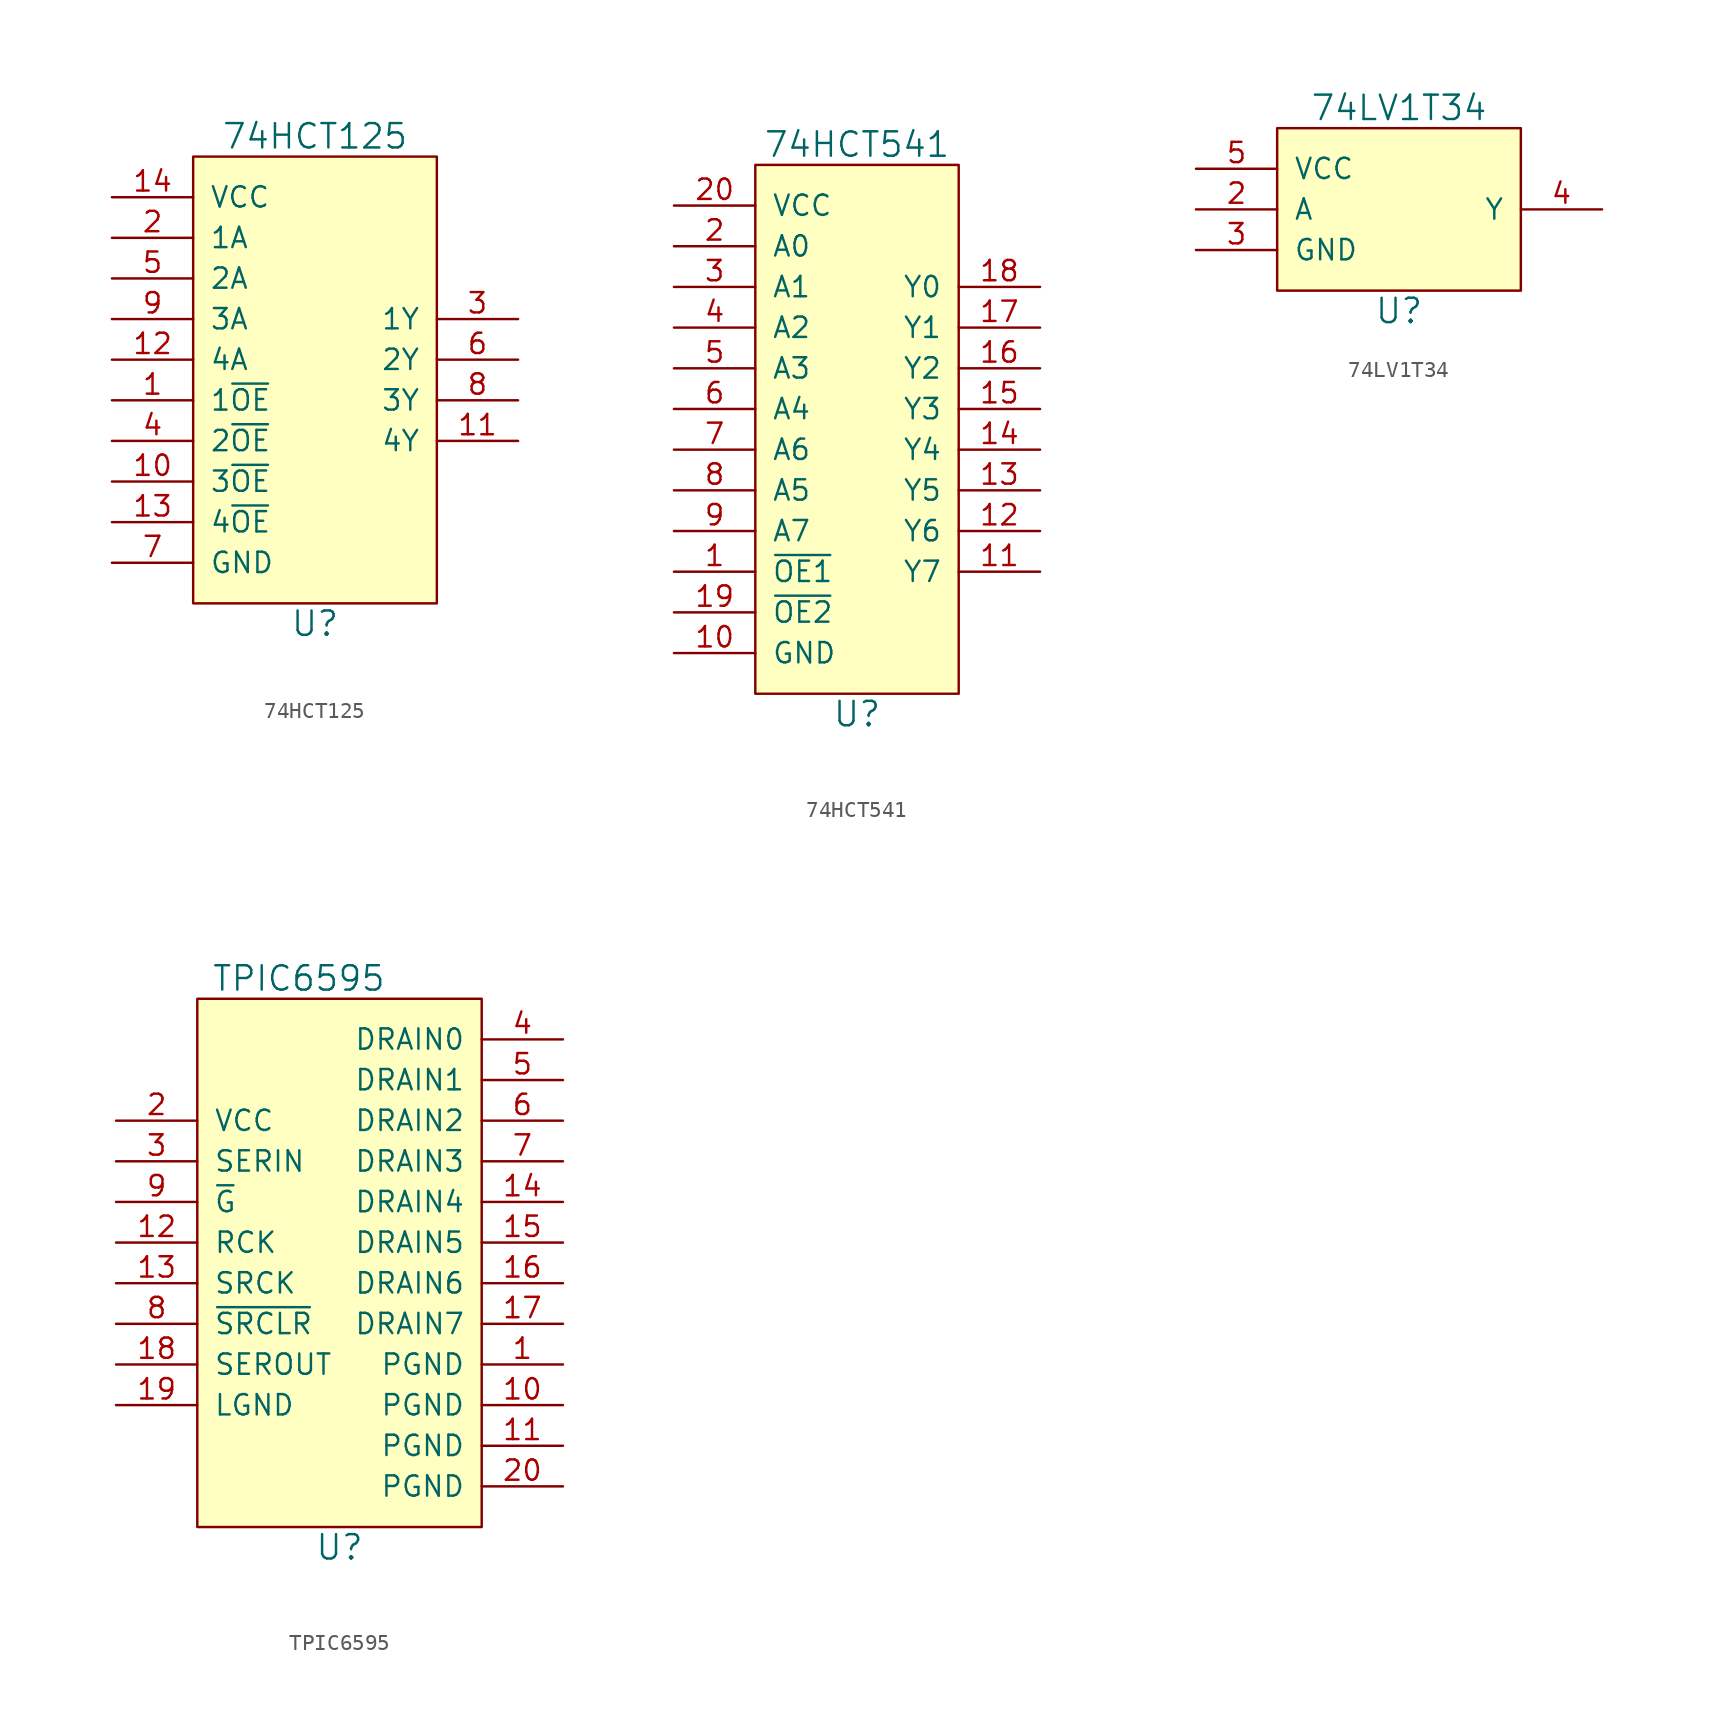
<source format=kicad_sym>
(kicad_symbol_lib
  (version 20220914)
  (generator kicad_symbol_editor)
  (symbol "74HCT125"
    (pin_names
      (offset 1.016))
    (property "Reference" "U"
      (at 12.7 -26.67 0)
      (effects (font (size 1.524 1.524))))
    (property "Value" "74HCT125"
      (at 12.7 3.81 0)
      (effects (font (size 1.524 1.524))))
    (symbol "74HCT125_1_1"
      (rectangle (start 5.08 2.54) (end 20.32 -25.4) (stroke (width 0) (type solid)) (fill (type background)))
      (pin input line (at 0 -12.7 0) (length 5.08) (name "1~{OE}" (effects (font (size 1.27 1.27)))) (number "1" (effects (font (size 1.27 1.27)))))
      (pin input line (at 0 -17.78 0) (length 5.08) (name "3~{OE}" (effects (font (size 1.27 1.27)))) (number "10" (effects (font (size 1.27 1.27)))))
      (pin tri_state line (at 25.4 -15.24 180) (length 5.08) (name "4Y" (effects (font (size 1.27 1.27)))) (number "11" (effects (font (size 1.27 1.27)))))
      (pin input line (at 0 -10.16 0) (length 5.08) (name "4A" (effects (font (size 1.27 1.27)))) (number "12" (effects (font (size 1.27 1.27)))))
      (pin input line (at 0 -20.32 0) (length 5.08) (name "4~{OE}" (effects (font (size 1.27 1.27)))) (number "13" (effects (font (size 1.27 1.27)))))
      (pin input line (at 0 0 0) (length 5.08) (name "VCC" (effects (font (size 1.27 1.27)))) (number "14" (effects (font (size 1.27 1.27)))))
      (pin input line (at 0 -2.54 0) (length 5.08) (name "1A" (effects (font (size 1.27 1.27)))) (number "2" (effects (font (size 1.27 1.27)))))
      (pin tri_state line (at 25.4 -7.62 180) (length 5.08) (name "1Y" (effects (font (size 1.27 1.27)))) (number "3" (effects (font (size 1.27 1.27)))))
      (pin input line (at 0 -15.24 0) (length 5.08) (name "2~{OE}" (effects (font (size 1.27 1.27)))) (number "4" (effects (font (size 1.27 1.27)))))
      (pin input line (at 0 -5.08 0) (length 5.08) (name "2A" (effects (font (size 1.27 1.27)))) (number "5" (effects (font (size 1.27 1.27)))))
      (pin tri_state line (at 25.4 -10.16 180) (length 5.08) (name "2Y" (effects (font (size 1.27 1.27)))) (number "6" (effects (font (size 1.27 1.27)))))
      (pin output line (at 0 -22.86 0) (length 5.08) (name "GND" (effects (font (size 1.27 1.27)))) (number "7" (effects (font (size 1.27 1.27)))))
      (pin tri_state line (at 25.4 -12.7 180) (length 5.08) (name "3Y" (effects (font (size 1.27 1.27)))) (number "8" (effects (font (size 1.27 1.27)))))
      (pin input line (at 0 -7.62 0) (length 5.08) (name "3A" (effects (font (size 1.27 1.27)))) (number "9" (effects (font (size 1.27 1.27)))))))
  (symbol "74HCT541"
    (pin_names
      (offset 1.016))
    (property "Reference" "U"
      (at 11.43 -31.75 0)
      (effects (font (size 1.524 1.524))))
    (property "Value" "74HCT541"
      (at 11.43 3.81 0)
      (effects (font (size 1.524 1.524))))
    (symbol "74HCT541_1_1"
      (rectangle (start 5.08 2.54) (end 17.78 -30.48) (stroke (width 0) (type solid)) (fill (type background)))
      (pin input line (at 0 -22.86 0) (length 5.08) (name "~{OE1}" (effects (font (size 1.27 1.27)))) (number "1" (effects (font (size 1.27 1.27)))))
      (pin power_in line (at 0 -27.94 0) (length 5.08) (name "GND" (effects (font (size 1.27 1.27)))) (number "10" (effects (font (size 1.27 1.27)))))
      (pin output line (at 22.86 -22.86 180) (length 5.08) (name "Y7" (effects (font (size 1.27 1.27)))) (number "11" (effects (font (size 1.27 1.27)))))
      (pin output line (at 22.86 -20.32 180) (length 5.08) (name "Y6" (effects (font (size 1.27 1.27)))) (number "12" (effects (font (size 1.27 1.27)))))
      (pin output line (at 22.86 -17.78 180) (length 5.08) (name "Y5" (effects (font (size 1.27 1.27)))) (number "13" (effects (font (size 1.27 1.27)))))
      (pin output line (at 22.86 -15.24 180) (length 5.08) (name "Y4" (effects (font (size 1.27 1.27)))) (number "14" (effects (font (size 1.27 1.27)))))
      (pin output line (at 22.86 -12.7 180) (length 5.08) (name "Y3" (effects (font (size 1.27 1.27)))) (number "15" (effects (font (size 1.27 1.27)))))
      (pin output line (at 22.86 -10.16 180) (length 5.08) (name "Y2" (effects (font (size 1.27 1.27)))) (number "16" (effects (font (size 1.27 1.27)))))
      (pin output line (at 22.86 -7.62 180) (length 5.08) (name "Y1" (effects (font (size 1.27 1.27)))) (number "17" (effects (font (size 1.27 1.27)))))
      (pin output line (at 22.86 -5.08 180) (length 5.08) (name "Y0" (effects (font (size 1.27 1.27)))) (number "18" (effects (font (size 1.27 1.27)))))
      (pin input line (at 0 -25.4 0) (length 5.08) (name "~{OE2}" (effects (font (size 1.27 1.27)))) (number "19" (effects (font (size 1.27 1.27)))))
      (pin input line (at 0 -2.54 0) (length 5.08) (name "A0" (effects (font (size 1.27 1.27)))) (number "2" (effects (font (size 1.27 1.27)))))
      (pin power_in line (at 0 0 0) (length 5.08) (name "VCC" (effects (font (size 1.27 1.27)))) (number "20" (effects (font (size 1.27 1.27)))))
      (pin input line (at 0 -5.08 0) (length 5.08) (name "A1" (effects (font (size 1.27 1.27)))) (number "3" (effects (font (size 1.27 1.27)))))
      (pin input line (at 0 -7.62 0) (length 5.08) (name "A2" (effects (font (size 1.27 1.27)))) (number "4" (effects (font (size 1.27 1.27)))))
      (pin input line (at 0 -10.16 0) (length 5.08) (name "A3" (effects (font (size 1.27 1.27)))) (number "5" (effects (font (size 1.27 1.27)))))
      (pin input line (at 0 -12.7 0) (length 5.08) (name "A4" (effects (font (size 1.27 1.27)))) (number "6" (effects (font (size 1.27 1.27)))))
      (pin input line (at 0 -15.24 0) (length 5.08) (name "A6" (effects (font (size 1.27 1.27)))) (number "7" (effects (font (size 1.27 1.27)))))
      (pin input line (at 0 -17.78 0) (length 5.08) (name "A5" (effects (font (size 1.27 1.27)))) (number "8" (effects (font (size 1.27 1.27)))))
      (pin input line (at 0 -20.32 0) (length 5.08) (name "A7" (effects (font (size 1.27 1.27)))) (number "9" (effects (font (size 1.27 1.27)))))))
  (symbol "74LV1T34"
    (pin_names
      (offset 1.016))
    (property "Reference" "U"
      (at 12.7 -8.89 0)
      (effects (font (size 1.524 1.524))))
    (property "Value" "74LV1T34"
      (at 12.7 3.81 0)
      (effects (font (size 1.524 1.524))))
    (symbol "74LV1T34_1_1"
      (rectangle (start 5.08 2.54) (end 20.32 -7.62) (stroke (width 0) (type solid)) (fill (type background)))
      (pin input line (at 0 -2.54 0) (length 5.08) (name "A" (effects (font (size 1.27 1.27)))) (number "2" (effects (font (size 1.27 1.27)))))
      (pin power_in line (at 0 -5.08 0) (length 5.08) (name "GND" (effects (font (size 1.27 1.27)))) (number "3" (effects (font (size 1.27 1.27)))))
      (pin output line (at 25.4 -2.54 180) (length 5.08) (name "Y" (effects (font (size 1.27 1.27)))) (number "4" (effects (font (size 1.27 1.27)))))
      (pin power_in line (at 0 0 0) (length 5.08) (name "VCC" (effects (font (size 1.27 1.27)))) (number "5" (effects (font (size 1.27 1.27)))))))
  (symbol "TPIC6595"
    (pin_names
      (offset 1.016))
    (property "Reference" "U"
      (at 13.97 -31.75 0)
      (effects (font (size 1.524 1.524))))
    (property "Value" "TPIC6595"
      (at 11.43 3.81 0)
      (effects (font (size 1.524 1.524))))
    (symbol "TPIC6595_1_1"
      (rectangle (start 5.08 2.54) (end 22.86 -30.48) (stroke (width 0) (type solid)) (fill (type background)))
      (pin power_in line (at 27.94 -20.32 180) (length 5.08) (name "PGND" (effects (font (size 1.27 1.27)))) (number "1" (effects (font (size 1.27 1.27)))))
      (pin power_in line (at 27.94 -22.86 180) (length 5.08) (name "PGND" (effects (font (size 1.27 1.27)))) (number "10" (effects (font (size 1.27 1.27)))))
      (pin power_in line (at 27.94 -25.4 180) (length 5.08) (name "PGND" (effects (font (size 1.27 1.27)))) (number "11" (effects (font (size 1.27 1.27)))))
      (pin input line (at 0 -12.7 0) (length 5.08) (name "RCK" (effects (font (size 1.27 1.27)))) (number "12" (effects (font (size 1.27 1.27)))))
      (pin input line (at 0 -15.24 0) (length 5.08) (name "SRCK" (effects (font (size 1.27 1.27)))) (number "13" (effects (font (size 1.27 1.27)))))
      (pin tri_state line (at 27.94 -10.16 180) (length 5.08) (name "DRAIN4" (effects (font (size 1.27 1.27)))) (number "14" (effects (font (size 1.27 1.27)))))
      (pin tri_state line (at 27.94 -12.7 180) (length 5.08) (name "DRAIN5" (effects (font (size 1.27 1.27)))) (number "15" (effects (font (size 1.27 1.27)))))
      (pin tri_state line (at 27.94 -15.24 180) (length 5.08) (name "DRAIN6" (effects (font (size 1.27 1.27)))) (number "16" (effects (font (size 1.27 1.27)))))
      (pin tri_state line (at 27.94 -17.78 180) (length 5.08) (name "DRAIN7" (effects (font (size 1.27 1.27)))) (number "17" (effects (font (size 1.27 1.27)))))
      (pin output line (at 0 -20.32 0) (length 5.08) (name "SEROUT" (effects (font (size 1.27 1.27)))) (number "18" (effects (font (size 1.27 1.27)))))
      (pin power_in line (at 0 -22.86 0) (length 5.08) (name "LGND" (effects (font (size 1.27 1.27)))) (number "19" (effects (font (size 1.27 1.27)))))
      (pin power_in line (at 0 -5.08 0) (length 5.08) (name "VCC" (effects (font (size 1.27 1.27)))) (number "2" (effects (font (size 1.27 1.27)))))
      (pin power_in line (at 27.94 -27.94 180) (length 5.08) (name "PGND" (effects (font (size 1.27 1.27)))) (number "20" (effects (font (size 1.27 1.27)))))
      (pin input line (at 0 -7.62 0) (length 5.08) (name "SERIN" (effects (font (size 1.27 1.27)))) (number "3" (effects (font (size 1.27 1.27)))))
      (pin tri_state line (at 27.94 0 180) (length 5.08) (name "DRAIN0" (effects (font (size 1.27 1.27)))) (number "4" (effects (font (size 1.27 1.27)))))
      (pin tri_state line (at 27.94 -2.54 180) (length 5.08) (name "DRAIN1" (effects (font (size 1.27 1.27)))) (number "5" (effects (font (size 1.27 1.27)))))
      (pin tri_state line (at 27.94 -5.08 180) (length 5.08) (name "DRAIN2" (effects (font (size 1.27 1.27)))) (number "6" (effects (font (size 1.27 1.27)))))
      (pin tri_state line (at 27.94 -7.62 180) (length 5.08) (name "DRAIN3" (effects (font (size 1.27 1.27)))) (number "7" (effects (font (size 1.27 1.27)))))
      (pin input line (at 0 -17.78 0) (length 5.08) (name "~{SRCLR}" (effects (font (size 1.27 1.27)))) (number "8" (effects (font (size 1.27 1.27)))))
      (pin input line (at 0 -10.16 0) (length 5.08) (name "~{G}" (effects (font (size 1.27 1.27)))) (number "9" (effects (font (size 1.27 1.27))))))))
</source>
